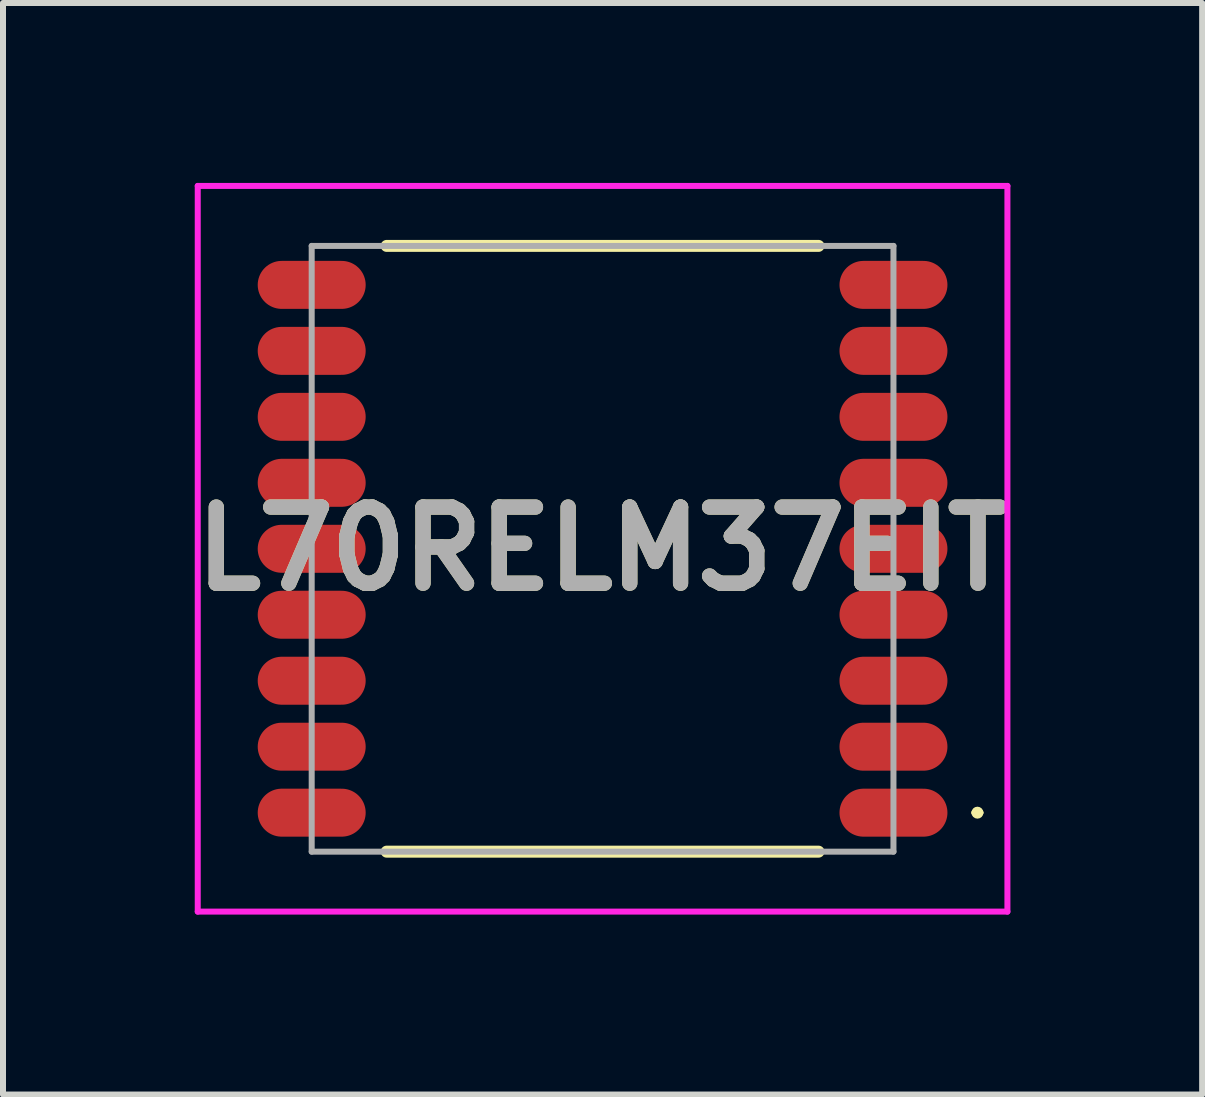
<source format=kicad_pcb>
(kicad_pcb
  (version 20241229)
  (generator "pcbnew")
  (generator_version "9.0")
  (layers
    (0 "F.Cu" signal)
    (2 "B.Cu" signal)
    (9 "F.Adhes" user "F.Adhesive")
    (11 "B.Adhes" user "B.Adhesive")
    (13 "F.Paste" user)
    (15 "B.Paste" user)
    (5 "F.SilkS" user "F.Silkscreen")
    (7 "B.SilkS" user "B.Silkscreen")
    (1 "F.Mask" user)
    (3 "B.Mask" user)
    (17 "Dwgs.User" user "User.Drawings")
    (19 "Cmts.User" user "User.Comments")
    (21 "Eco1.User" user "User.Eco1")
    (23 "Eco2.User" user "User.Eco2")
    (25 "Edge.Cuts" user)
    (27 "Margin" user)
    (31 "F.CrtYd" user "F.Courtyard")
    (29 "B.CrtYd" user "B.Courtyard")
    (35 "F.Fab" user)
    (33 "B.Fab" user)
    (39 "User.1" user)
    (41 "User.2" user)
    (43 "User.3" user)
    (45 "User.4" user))
  (footprint "L70RELM37EIT"
    (layer "F.Cu")
    (at 6.997 6.1)
    (property "Reference" "L70RELM37EIT" (at 0 0 0) (layer "F.SilkS") (effects (font (size 1.27 1.27) (thickness 0.254))))
    (attr smd)
    (fp_line (start -3.6 -5.05) (end 3.6 -5.05) (stroke (width 0.2) (type solid)) (layer "F.SilkS"))
    (fp_line (start 3.6 5.05) (end -3.6 5.05) (stroke (width 0.2) (type solid)) (layer "F.SilkS"))
    (fp_line (start 6.2 4.4) (end 6.2 4.4) (stroke (width 0.1) (type solid)) (layer "F.SilkS"))
    (fp_line (start 6.3 4.4) (end 6.3 4.4) (stroke (width 0.1) (type solid)) (layer "F.SilkS"))
    (fp_arc (start 6.2 4.4) (mid 6.25 4.35) (end 6.3 4.4) (stroke (width 0.1) (type solid)) (layer "F.SilkS"))
    (fp_arc (start 6.3 4.4) (mid 6.25 4.45) (end 6.2 4.4) (stroke (width 0.1) (type solid)) (layer "F.SilkS"))
    (fp_line (start -6.75 -6.05) (end 6.75 -6.05) (stroke (width 0.1) (type solid)) (layer "F.CrtYd"))
    (fp_line (start -6.75 6.05) (end -6.75 -6.05) (stroke (width 0.1) (type solid)) (layer "F.CrtYd"))
    (fp_line (start 6.75 -6.05) (end 6.75 6.05) (stroke (width 0.1) (type solid)) (layer "F.CrtYd"))
    (fp_line (start 6.75 6.05) (end -6.75 6.05) (stroke (width 0.1) (type solid)) (layer "F.CrtYd"))
    (fp_line (start -4.85 -5.05) (end 4.85 -5.05) (stroke (width 0.1) (type solid)) (layer "F.Fab"))
    (fp_line (start -4.85 5.05) (end -4.85 -5.05) (stroke (width 0.1) (type solid)) (layer "F.Fab"))
    (fp_line (start 4.85 -5.05) (end 4.85 5.05) (stroke (width 0.1) (type solid)) (layer "F.Fab"))
    (fp_line (start 4.85 5.05) (end -4.85 5.05) (stroke (width 0.1) (type solid)) (layer "F.Fab"))
    (fp_text user "${REFERENCE}" (at 0 0 0) (layer "F.Fab") (effects (font (size 1.27 1.27) (thickness 0.254))))
    (pad "1" smd oval (at 4.85 4.4 90) (size 0.8 1.8) (layers "F.Cu" "F.Mask" "F.Paste"))
    (pad "2" smd oval (at 4.85 3.3 90) (size 0.8 1.8) (layers "F.Cu" "F.Mask" "F.Paste"))
    (pad "3" smd oval (at 4.85 2.2 90) (size 0.8 1.8) (layers "F.Cu" "F.Mask" "F.Paste"))
    (pad "4" smd oval (at 4.85 1.1 90) (size 0.8 1.8) (layers "F.Cu" "F.Mask" "F.Paste"))
    (pad "5" smd oval (at 4.85 0 90) (size 0.8 1.8) (layers "F.Cu" "F.Mask" "F.Paste"))
    (pad "6" smd oval (at 4.85 -1.1 90) (size 0.8 1.8) (layers "F.Cu" "F.Mask" "F.Paste"))
    (pad "7" smd oval (at 4.85 -2.2 90) (size 0.8 1.8) (layers "F.Cu" "F.Mask" "F.Paste"))
    (pad "8" smd oval (at 4.85 -3.3 90) (size 0.8 1.8) (layers "F.Cu" "F.Mask" "F.Paste"))
    (pad "9" smd oval (at 4.85 -4.4 90) (size 0.8 1.8) (layers "F.Cu" "F.Mask" "F.Paste"))
    (pad "10" smd oval (at -4.85 -4.4 90) (size 0.8 1.8) (layers "F.Cu" "F.Mask" "F.Paste"))
    (pad "11" smd oval (at -4.85 -3.3 90) (size 0.8 1.8) (layers "F.Cu" "F.Mask" "F.Paste"))
    (pad "12" smd oval (at -4.85 -2.2 90) (size 0.8 1.8) (layers "F.Cu" "F.Mask" "F.Paste"))
    (pad "13" smd oval (at -4.85 -1.1 90) (size 0.8 1.8) (layers "F.Cu" "F.Mask" "F.Paste"))
    (pad "14" smd oval (at -4.85 0 90) (size 0.8 1.8) (layers "F.Cu" "F.Mask" "F.Paste"))
    (pad "15" smd oval (at -4.85 1.1 90) (size 0.8 1.8) (layers "F.Cu" "F.Mask" "F.Paste"))
    (pad "16" smd oval (at -4.85 2.2 90) (size 0.8 1.8) (layers "F.Cu" "F.Mask" "F.Paste"))
    (pad "17" smd oval (at -4.85 3.3 90) (size 0.8 1.8) (layers "F.Cu" "F.Mask" "F.Paste"))
    (pad "18" smd oval (at -4.85 4.4 90) (size 0.8 1.8) (layers "F.Cu" "F.Mask" "F.Paste")))
  (gr_rect
    (start -3 -3)
    (end 16.994 15.2)
    (stroke (width 0.1) (type default))
    (fill no)
    (layer "Edge.Cuts")))
</source>
